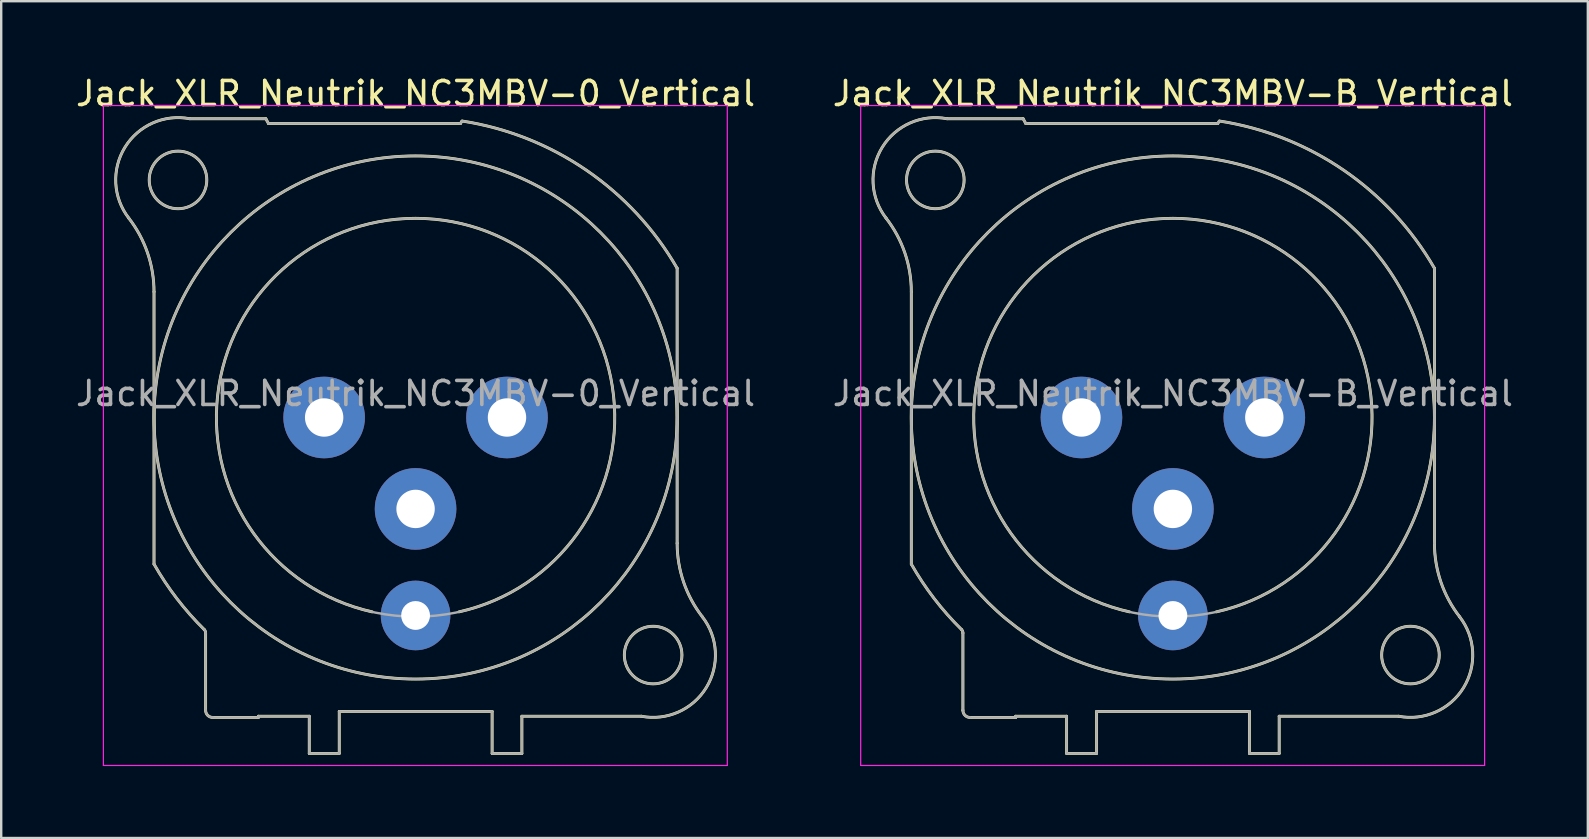
<source format=kicad_pcb>
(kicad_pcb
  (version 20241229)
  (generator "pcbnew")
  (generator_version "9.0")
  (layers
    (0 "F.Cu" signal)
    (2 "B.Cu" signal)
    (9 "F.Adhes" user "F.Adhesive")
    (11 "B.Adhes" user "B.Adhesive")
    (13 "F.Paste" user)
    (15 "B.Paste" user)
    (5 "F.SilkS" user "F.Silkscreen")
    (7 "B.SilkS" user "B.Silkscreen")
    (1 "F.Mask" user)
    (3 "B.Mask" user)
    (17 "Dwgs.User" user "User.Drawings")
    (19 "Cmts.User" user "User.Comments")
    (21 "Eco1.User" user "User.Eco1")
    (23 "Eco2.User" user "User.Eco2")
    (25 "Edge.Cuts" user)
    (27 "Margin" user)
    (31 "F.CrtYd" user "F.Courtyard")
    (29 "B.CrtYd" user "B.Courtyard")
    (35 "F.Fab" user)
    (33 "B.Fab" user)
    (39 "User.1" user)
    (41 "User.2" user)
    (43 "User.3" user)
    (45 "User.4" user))
  (footprint "Jack_XLR_Neutrik_NC3MBV-0_Vertical"
    (layer "F.Cu")
    (at 10.458 14.348)
    (property "Reference" "Jack_XLR_Neutrik_NC3MBV-0_Vertical" (at 3.81 -13.5 0) (layer "F.SilkS") (effects (font (size 1 1) (thickness 0.15))))
    (attr through_hole)
    (fp_line (start -7.09 -5.24) (end -7.09 6.11) (stroke (width 0.12) (type solid)) (layer "F.SilkS"))
    (fp_line (start -4.94 12.2) (end -4.94 8.98) (stroke (width 0.12) (type solid)) (layer "F.SilkS"))
    (fp_line (start -4.64 12.5) (end -2.74 12.5) (stroke (width 0.12) (type solid)) (layer "F.SilkS"))
    (fp_line (start -2.74 12.45) (end -0.62 12.45) (stroke (width 0.12) (type solid)) (layer "F.SilkS"))
    (fp_line (start -2.74 12.5) (end -2.74 12.45) (stroke (width 0.12) (type solid)) (layer "F.SilkS"))
    (fp_line (start -2.43 -12.45) (end -5.6 -12.45) (stroke (width 0.12) (type solid)) (layer "F.SilkS"))
    (fp_line (start -2.32 -12.25) (end -2.43 -12.45) (stroke (width 0.12) (type solid)) (layer "F.SilkS"))
    (fp_line (start -0.62 12.45) (end -0.62 14) (stroke (width 0.12) (type solid)) (layer "F.SilkS"))
    (fp_line (start 0.63 12.25) (end 0.63 14) (stroke (width 0.12) (type solid)) (layer "F.SilkS"))
    (fp_line (start 0.63 12.25) (end 7 12.25) (stroke (width 0.12) (type solid)) (layer "F.SilkS"))
    (fp_line (start 0.63 14) (end -0.62 14) (stroke (width 0.12) (type solid)) (layer "F.SilkS"))
    (fp_line (start 5.68 -12.25) (end -2.32 -12.25) (stroke (width 0.12) (type solid)) (layer "F.SilkS"))
    (fp_line (start 5.74 -12.35) (end 5.68 -12.25) (stroke (width 0.12) (type solid)) (layer "F.SilkS"))
    (fp_line (start 7 12.25) (end 7 14) (stroke (width 0.12) (type solid)) (layer "F.SilkS"))
    (fp_line (start 8.24 12.45) (end 8.24 14) (stroke (width 0.12) (type solid)) (layer "F.SilkS"))
    (fp_line (start 8.24 12.45) (end 13.22 12.45) (stroke (width 0.12) (type solid)) (layer "F.SilkS"))
    (fp_line (start 8.24 14) (end 7 14) (stroke (width 0.12) (type solid)) (layer "F.SilkS"))
    (fp_line (start 14.71 5.24) (end 14.71 -6.22) (stroke (width 0.12) (type solid)) (layer "F.SilkS"))
    (fp_arc (start -8.14458 -8.311426) (mid -7.360989 -6.863715) (end -7.09 -5.24) (stroke (width 0.12) (type solid)) (layer "F.SilkS"))
    (fp_arc (start -8.141124 -8.307677) (mid -8.303366 -11.257798) (end -5.6 -12.45) (stroke (width 0.12) (type solid)) (layer "F.SilkS"))
    (fp_arc (start -4.999944 8.832139) (mid -4.954594 8.899835) (end -4.94 8.98) (stroke (width 0.12) (type solid)) (layer "F.SilkS"))
    (fp_arc (start -4.999718 8.833849) (mid -6.1389 7.544091) (end -7.09 6.11) (stroke (width 0.12) (type solid)) (layer "F.SilkS"))
    (fp_arc (start -4.64 12.5) (mid -4.852132 12.412132) (end -4.94 12.2) (stroke (width 0.12) (type solid)) (layer "F.SilkS"))
    (fp_arc (start 2 8.1) (mid 3.809449 -8.299765) (end 5.621075 8.09976) (stroke (width 0.12) (type solid)) (layer "F.SilkS"))
    (fp_arc (start 5.753207 -12.354269) (mid 10.928439 -10.304601) (end 14.71 -6.22) (stroke (width 0.12) (type solid)) (layer "F.SilkS"))
    (fp_arc (start 15.761124 8.307677) (mid 15.923366 11.257798) (end 13.22 12.45) (stroke (width 0.12) (type solid)) (layer "F.SilkS"))
    (fp_arc (start 15.76458 8.311426) (mid 14.980989 6.863715) (end 14.71 5.24) (stroke (width 0.12) (type solid)) (layer "F.SilkS"))
    (fp_circle (center -6.09 -9.9) (end -4.89 -9.9) (stroke (width 0.12) (type solid)) (fill no) (layer "F.SilkS"))
    (fp_circle (center 3.81 0) (end 14.71 0) (stroke (width 0.12) (type solid)) (fill no) (layer "F.SilkS"))
    (fp_circle (center 13.71 9.9) (end 14.91 9.9) (stroke (width 0.12) (type solid)) (fill no) (layer "F.SilkS"))
    (fp_line (start -9.2 -13) (end 16.8 -13) (stroke (width 0.05) (type solid)) (layer "F.CrtYd"))
    (fp_line (start -9.2 14.5) (end -9.2 -13) (stroke (width 0.05) (type solid)) (layer "F.CrtYd"))
    (fp_line (start 16.8 -13) (end 16.8 14.5) (stroke (width 0.05) (type solid)) (layer "F.CrtYd"))
    (fp_line (start 16.8 14.5) (end -9.2 14.5) (stroke (width 0.05) (type solid)) (layer "F.CrtYd"))
    (fp_line (start -7.09 -5.24) (end -7.09 6.11) (stroke (width 0.1) (type solid)) (layer "F.Fab"))
    (fp_line (start -4.94 12.2) (end -4.94 8.98) (stroke (width 0.1) (type solid)) (layer "F.Fab"))
    (fp_line (start -4.64 12.5) (end -2.74 12.5) (stroke (width 0.1) (type solid)) (layer "F.Fab"))
    (fp_line (start -2.74 12.45) (end -0.62 12.45) (stroke (width 0.1) (type solid)) (layer "F.Fab"))
    (fp_line (start -2.74 12.5) (end -2.74 12.45) (stroke (width 0.1) (type solid)) (layer "F.Fab"))
    (fp_line (start -2.43 -12.45) (end -5.6 -12.45) (stroke (width 0.1) (type solid)) (layer "F.Fab"))
    (fp_line (start -2.32 -12.25) (end -2.43 -12.45) (stroke (width 0.1) (type solid)) (layer "F.Fab"))
    (fp_line (start -0.62 12.45) (end -0.62 14) (stroke (width 0.1) (type solid)) (layer "F.Fab"))
    (fp_line (start 0.63 12.25) (end 0.63 14) (stroke (width 0.1) (type solid)) (layer "F.Fab"))
    (fp_line (start 0.63 12.25) (end 7 12.25) (stroke (width 0.1) (type solid)) (layer "F.Fab"))
    (fp_line (start 0.63 14) (end -0.62 14) (stroke (width 0.1) (type solid)) (layer "F.Fab"))
    (fp_line (start 5.68 -12.25) (end -2.32 -12.25) (stroke (width 0.1) (type solid)) (layer "F.Fab"))
    (fp_line (start 5.74 -12.35) (end 5.68 -12.25) (stroke (width 0.1) (type solid)) (layer "F.Fab"))
    (fp_line (start 7 12.25) (end 7 14) (stroke (width 0.1) (type solid)) (layer "F.Fab"))
    (fp_line (start 8.24 12.45) (end 8.24 14) (stroke (width 0.1) (type solid)) (layer "F.Fab"))
    (fp_line (start 8.24 12.45) (end 13.22 12.45) (stroke (width 0.1) (type solid)) (layer "F.Fab"))
    (fp_line (start 8.24 14) (end 7 14) (stroke (width 0.1) (type solid)) (layer "F.Fab"))
    (fp_line (start 14.71 5.24) (end 14.71 -6.22) (stroke (width 0.1) (type solid)) (layer "F.Fab"))
    (fp_arc (start -8.14458 -8.311426) (mid -7.360989 -6.863715) (end -7.09 -5.24) (stroke (width 0.1) (type solid)) (layer "F.Fab"))
    (fp_arc (start -8.141124 -8.307677) (mid -8.303366 -11.257798) (end -5.6 -12.45) (stroke (width 0.1) (type solid)) (layer "F.Fab"))
    (fp_arc (start -4.999944 8.832139) (mid -4.954594 8.899835) (end -4.94 8.98) (stroke (width 0.1) (type solid)) (layer "F.Fab"))
    (fp_arc (start -4.999718 8.833849) (mid -6.1389 7.544091) (end -7.09 6.11) (stroke (width 0.1) (type solid)) (layer "F.Fab"))
    (fp_arc (start -4.64 12.5) (mid -4.852132 12.412132) (end -4.94 12.2) (stroke (width 0.1) (type solid)) (layer "F.Fab"))
    (fp_arc (start 5.753207 -12.354269) (mid 10.928439 -10.304601) (end 14.71 -6.22) (stroke (width 0.1) (type solid)) (layer "F.Fab"))
    (fp_arc (start 15.761124 8.307677) (mid 15.923366 11.257798) (end 13.22 12.45) (stroke (width 0.1) (type solid)) (layer "F.Fab"))
    (fp_arc (start 15.76458 8.311426) (mid 14.980989 6.863715) (end 14.71 5.24) (stroke (width 0.1) (type solid)) (layer "F.Fab"))
    (fp_circle (center -6.09 -9.9) (end -4.89 -9.9) (stroke (width 0.1) (type solid)) (fill no) (layer "F.Fab"))
    (fp_circle (center 3.81 0) (end 12.11 0) (stroke (width 0.1) (type solid)) (fill no) (layer "F.Fab"))
    (fp_circle (center 3.81 0) (end 14.71 0) (stroke (width 0.1) (type solid)) (fill no) (layer "F.Fab"))
    (fp_circle (center 13.71 9.9) (end 14.91 9.9) (stroke (width 0.1) (type solid)) (fill no) (layer "F.Fab"))
    (fp_text user "${REFERENCE}" (at 3.81 -1 0) (layer "F.Fab") (effects (font (size 1 1) (thickness 0.15))))
    (pad "1" thru_hole circle (at 0 0) (size 3.4 3.4) (drill 1.6) (layers "*.Cu" "*.Mask"))
    (pad "2" thru_hole circle (at 7.62 0) (size 3.4 3.4) (drill 1.6) (layers "*.Cu" "*.Mask"))
    (pad "3" thru_hole circle (at 3.81 3.81) (size 3.4 3.4) (drill 1.6) (layers "*.Cu" "*.Mask"))
    (pad "G" thru_hole circle (at 3.81 8.25) (size 2.9 2.9) (drill 1.2) (layers "*.Cu" "*.Mask")))
  (footprint "Jack_XLR_Neutrik_NC3MBV-B_Vertical"
    (layer "F.Cu")
    (at 42.017 14.348)
    (property "Reference" "Jack_XLR_Neutrik_NC3MBV-B_Vertical" (at 3.81 -13.5 0) (layer "F.SilkS") (effects (font (size 1 1) (thickness 0.15))))
    (attr through_hole)
    (fp_line (start -7.09 -5.24) (end -7.09 6.11) (stroke (width 0.12) (type solid)) (layer "F.SilkS"))
    (fp_line (start -4.94 12.2) (end -4.94 8.98) (stroke (width 0.12) (type solid)) (layer "F.SilkS"))
    (fp_line (start -4.64 12.5) (end -2.74 12.5) (stroke (width 0.12) (type solid)) (layer "F.SilkS"))
    (fp_line (start -2.74 12.45) (end -0.62 12.45) (stroke (width 0.12) (type solid)) (layer "F.SilkS"))
    (fp_line (start -2.74 12.5) (end -2.74 12.45) (stroke (width 0.12) (type solid)) (layer "F.SilkS"))
    (fp_line (start -2.43 -12.45) (end -5.6 -12.45) (stroke (width 0.12) (type solid)) (layer "F.SilkS"))
    (fp_line (start -2.32 -12.25) (end -2.43 -12.45) (stroke (width 0.12) (type solid)) (layer "F.SilkS"))
    (fp_line (start -0.62 12.45) (end -0.62 14) (stroke (width 0.12) (type solid)) (layer "F.SilkS"))
    (fp_line (start 0.63 12.25) (end 0.63 14) (stroke (width 0.12) (type solid)) (layer "F.SilkS"))
    (fp_line (start 0.63 12.25) (end 7 12.25) (stroke (width 0.12) (type solid)) (layer "F.SilkS"))
    (fp_line (start 0.63 14) (end -0.62 14) (stroke (width 0.12) (type solid)) (layer "F.SilkS"))
    (fp_line (start 5.68 -12.25) (end -2.32 -12.25) (stroke (width 0.12) (type solid)) (layer "F.SilkS"))
    (fp_line (start 5.74 -12.35) (end 5.68 -12.25) (stroke (width 0.12) (type solid)) (layer "F.SilkS"))
    (fp_line (start 7 12.25) (end 7 14) (stroke (width 0.12) (type solid)) (layer "F.SilkS"))
    (fp_line (start 8.24 12.45) (end 8.24 14) (stroke (width 0.12) (type solid)) (layer "F.SilkS"))
    (fp_line (start 8.24 12.45) (end 13.22 12.45) (stroke (width 0.12) (type solid)) (layer "F.SilkS"))
    (fp_line (start 8.24 14) (end 7 14) (stroke (width 0.12) (type solid)) (layer "F.SilkS"))
    (fp_line (start 14.71 5.24) (end 14.71 -6.22) (stroke (width 0.12) (type solid)) (layer "F.SilkS"))
    (fp_arc (start -8.14458 -8.311426) (mid -7.360989 -6.863715) (end -7.09 -5.24) (stroke (width 0.12) (type solid)) (layer "F.SilkS"))
    (fp_arc (start -8.141124 -8.307677) (mid -8.303366 -11.257798) (end -5.6 -12.45) (stroke (width 0.12) (type solid)) (layer "F.SilkS"))
    (fp_arc (start -4.999944 8.832139) (mid -4.954594 8.899835) (end -4.94 8.98) (stroke (width 0.12) (type solid)) (layer "F.SilkS"))
    (fp_arc (start -4.999718 8.833849) (mid -6.1389 7.544091) (end -7.09 6.11) (stroke (width 0.12) (type solid)) (layer "F.SilkS"))
    (fp_arc (start -4.64 12.5) (mid -4.852132 12.412132) (end -4.94 12.2) (stroke (width 0.12) (type solid)) (layer "F.SilkS"))
    (fp_arc (start 2 8.1) (mid 3.809449 -8.299765) (end 5.621075 8.09976) (stroke (width 0.12) (type solid)) (layer "F.SilkS"))
    (fp_arc (start 5.753207 -12.354269) (mid 10.928439 -10.304601) (end 14.71 -6.22) (stroke (width 0.12) (type solid)) (layer "F.SilkS"))
    (fp_arc (start 15.761124 8.307677) (mid 15.923366 11.257798) (end 13.22 12.45) (stroke (width 0.12) (type solid)) (layer "F.SilkS"))
    (fp_arc (start 15.76458 8.311426) (mid 14.980989 6.863715) (end 14.71 5.24) (stroke (width 0.12) (type solid)) (layer "F.SilkS"))
    (fp_circle (center -6.09 -9.9) (end -4.89 -9.9) (stroke (width 0.12) (type solid)) (fill no) (layer "F.SilkS"))
    (fp_circle (center 3.81 0) (end 14.71 0) (stroke (width 0.12) (type solid)) (fill no) (layer "F.SilkS"))
    (fp_circle (center 13.71 9.9) (end 14.91 9.9) (stroke (width 0.12) (type solid)) (fill no) (layer "F.SilkS"))
    (fp_line (start -9.2 -13) (end 16.8 -13) (stroke (width 0.05) (type solid)) (layer "F.CrtYd"))
    (fp_line (start -9.2 14.5) (end -9.2 -13) (stroke (width 0.05) (type solid)) (layer "F.CrtYd"))
    (fp_line (start 16.8 -13) (end 16.8 14.5) (stroke (width 0.05) (type solid)) (layer "F.CrtYd"))
    (fp_line (start 16.8 14.5) (end -9.2 14.5) (stroke (width 0.05) (type solid)) (layer "F.CrtYd"))
    (fp_line (start -7.09 -5.24) (end -7.09 6.11) (stroke (width 0.1) (type solid)) (layer "F.Fab"))
    (fp_line (start -4.94 12.2) (end -4.94 8.98) (stroke (width 0.1) (type solid)) (layer "F.Fab"))
    (fp_line (start -4.64 12.5) (end -2.74 12.5) (stroke (width 0.1) (type solid)) (layer "F.Fab"))
    (fp_line (start -2.74 12.45) (end -0.62 12.45) (stroke (width 0.1) (type solid)) (layer "F.Fab"))
    (fp_line (start -2.74 12.5) (end -2.74 12.45) (stroke (width 0.1) (type solid)) (layer "F.Fab"))
    (fp_line (start -2.43 -12.45) (end -5.6 -12.45) (stroke (width 0.1) (type solid)) (layer "F.Fab"))
    (fp_line (start -2.32 -12.25) (end -2.43 -12.45) (stroke (width 0.1) (type solid)) (layer "F.Fab"))
    (fp_line (start -0.62 12.45) (end -0.62 14) (stroke (width 0.1) (type solid)) (layer "F.Fab"))
    (fp_line (start 0.63 12.25) (end 0.63 14) (stroke (width 0.1) (type solid)) (layer "F.Fab"))
    (fp_line (start 0.63 12.25) (end 7 12.25) (stroke (width 0.1) (type solid)) (layer "F.Fab"))
    (fp_line (start 0.63 14) (end -0.62 14) (stroke (width 0.1) (type solid)) (layer "F.Fab"))
    (fp_line (start 5.68 -12.25) (end -2.32 -12.25) (stroke (width 0.1) (type solid)) (layer "F.Fab"))
    (fp_line (start 5.74 -12.35) (end 5.68 -12.25) (stroke (width 0.1) (type solid)) (layer "F.Fab"))
    (fp_line (start 7 12.25) (end 7 14) (stroke (width 0.1) (type solid)) (layer "F.Fab"))
    (fp_line (start 8.24 12.45) (end 8.24 14) (stroke (width 0.1) (type solid)) (layer "F.Fab"))
    (fp_line (start 8.24 12.45) (end 13.22 12.45) (stroke (width 0.1) (type solid)) (layer "F.Fab"))
    (fp_line (start 8.24 14) (end 7 14) (stroke (width 0.1) (type solid)) (layer "F.Fab"))
    (fp_line (start 14.71 5.24) (end 14.71 -6.22) (stroke (width 0.1) (type solid)) (layer "F.Fab"))
    (fp_arc (start -8.14458 -8.311426) (mid -7.360989 -6.863715) (end -7.09 -5.24) (stroke (width 0.1) (type solid)) (layer "F.Fab"))
    (fp_arc (start -8.141124 -8.307677) (mid -8.303366 -11.257798) (end -5.6 -12.45) (stroke (width 0.1) (type solid)) (layer "F.Fab"))
    (fp_arc (start -4.999944 8.832139) (mid -4.954594 8.899835) (end -4.94 8.98) (stroke (width 0.1) (type solid)) (layer "F.Fab"))
    (fp_arc (start -4.999718 8.833849) (mid -6.1389 7.544091) (end -7.09 6.11) (stroke (width 0.1) (type solid)) (layer "F.Fab"))
    (fp_arc (start -4.64 12.5) (mid -4.852132 12.412132) (end -4.94 12.2) (stroke (width 0.1) (type solid)) (layer "F.Fab"))
    (fp_arc (start 5.753207 -12.354269) (mid 10.928439 -10.304601) (end 14.71 -6.22) (stroke (width 0.1) (type solid)) (layer "F.Fab"))
    (fp_arc (start 15.761124 8.307677) (mid 15.923366 11.257798) (end 13.22 12.45) (stroke (width 0.1) (type solid)) (layer "F.Fab"))
    (fp_arc (start 15.76458 8.311426) (mid 14.980989 6.863715) (end 14.71 5.24) (stroke (width 0.1) (type solid)) (layer "F.Fab"))
    (fp_circle (center -6.09 -9.9) (end -4.89 -9.9) (stroke (width 0.1) (type solid)) (fill no) (layer "F.Fab"))
    (fp_circle (center 3.81 0) (end 12.11 0) (stroke (width 0.1) (type solid)) (fill no) (layer "F.Fab"))
    (fp_circle (center 3.81 0) (end 14.71 0) (stroke (width 0.1) (type solid)) (fill no) (layer "F.Fab"))
    (fp_circle (center 13.71 9.9) (end 14.91 9.9) (stroke (width 0.1) (type solid)) (fill no) (layer "F.Fab"))
    (fp_text user "${REFERENCE}" (at 3.81 -1 0) (layer "F.Fab") (effects (font (size 1 1) (thickness 0.15))))
    (pad "1" thru_hole circle (at 0 0) (size 3.4 3.4) (drill 1.6) (layers "*.Cu" "*.Mask"))
    (pad "2" thru_hole circle (at 7.62 0) (size 3.4 3.4) (drill 1.6) (layers "*.Cu" "*.Mask"))
    (pad "3" thru_hole circle (at 3.81 3.81) (size 3.4 3.4) (drill 1.6) (layers "*.Cu" "*.Mask"))
    (pad "G" thru_hole circle (at 3.81 8.25) (size 2.9 2.9) (drill 1.2) (layers "*.Cu" "*.Mask")))
  (gr_rect
    (start -3 -3)
    (end 63.119 31.873)
    (stroke (width 0.1) (type default))
    (fill no)
    (layer "Edge.Cuts")))
</source>
